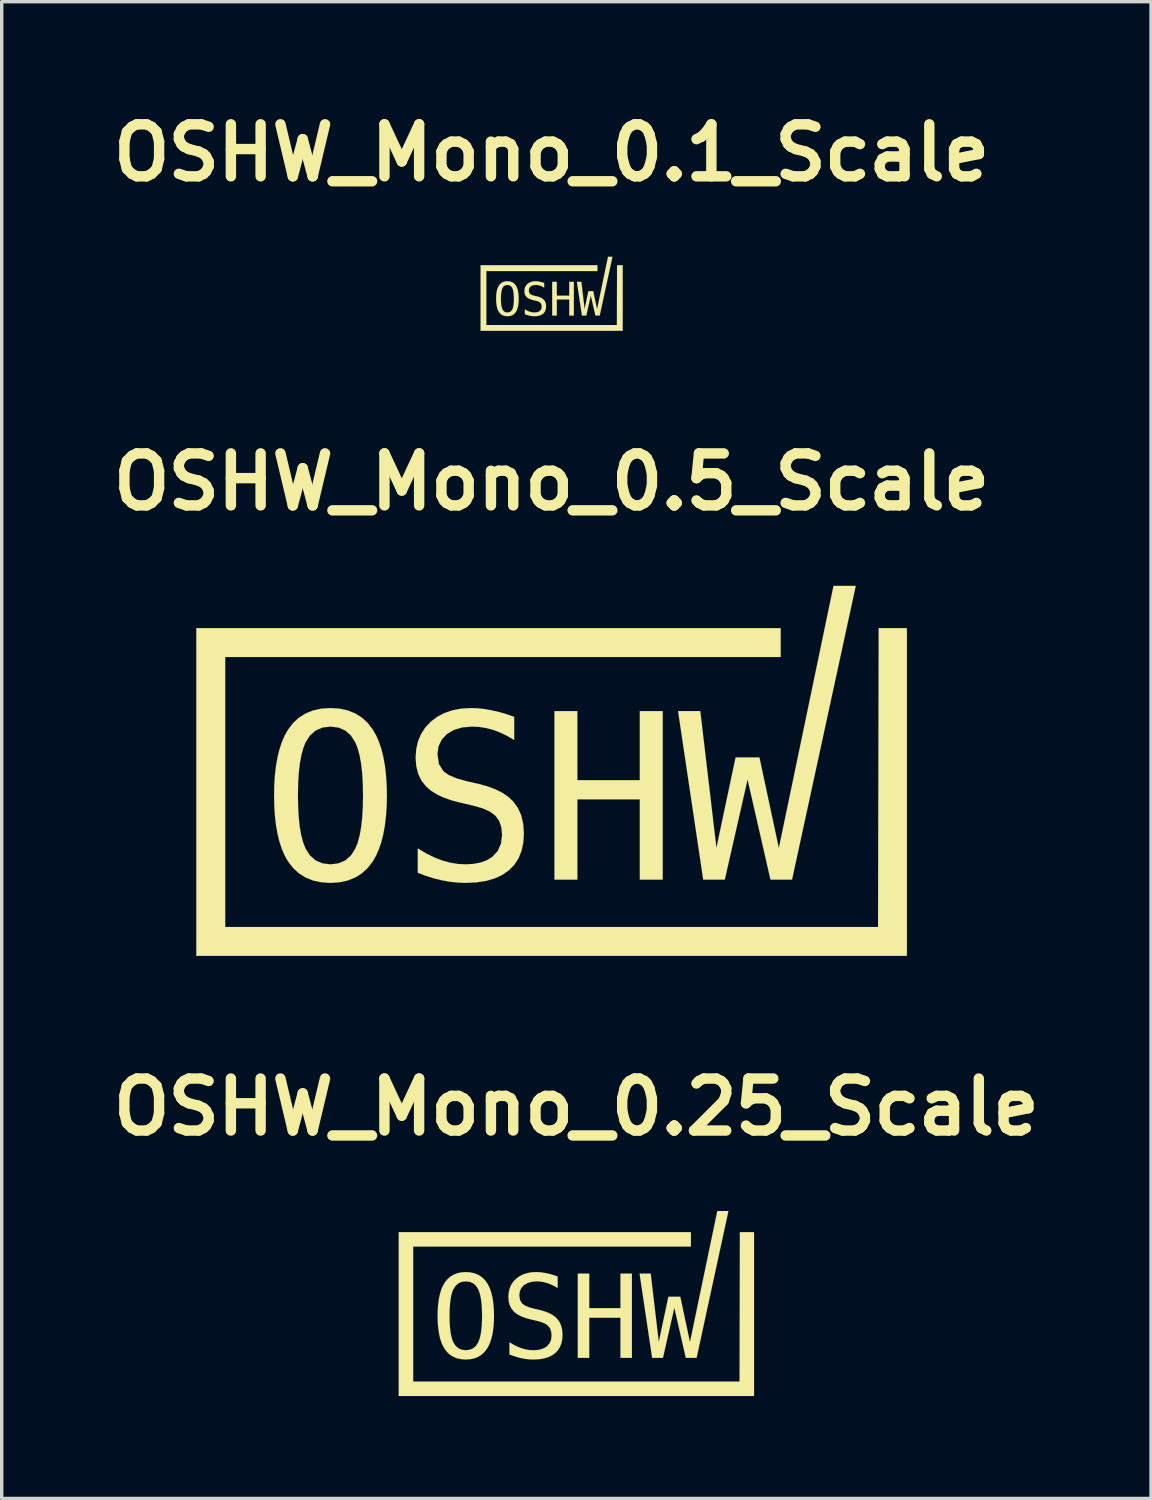
<source format=kicad_pcb>
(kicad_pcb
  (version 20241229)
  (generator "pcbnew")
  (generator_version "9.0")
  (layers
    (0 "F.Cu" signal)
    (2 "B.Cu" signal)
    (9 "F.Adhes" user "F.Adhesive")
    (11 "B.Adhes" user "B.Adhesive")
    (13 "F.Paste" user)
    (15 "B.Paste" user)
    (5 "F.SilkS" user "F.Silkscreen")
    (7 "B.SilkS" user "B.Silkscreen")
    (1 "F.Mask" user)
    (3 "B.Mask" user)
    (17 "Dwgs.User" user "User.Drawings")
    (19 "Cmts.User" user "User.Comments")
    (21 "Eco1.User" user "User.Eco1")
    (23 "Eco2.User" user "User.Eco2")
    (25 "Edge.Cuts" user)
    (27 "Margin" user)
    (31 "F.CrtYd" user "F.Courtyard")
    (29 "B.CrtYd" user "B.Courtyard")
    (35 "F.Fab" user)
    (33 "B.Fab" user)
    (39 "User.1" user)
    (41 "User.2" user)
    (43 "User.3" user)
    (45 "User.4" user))
  (footprint "OSHW_Mono_0.25_Scale"
    (layer "F.Cu")
    (at 13.839 35.146)
    (property "Reference" "OSHW_Mono_0.25_Scale" (at 0 -5.758 0) (layer "F.SilkS") (effects (font (size 1.524 1.524) (thickness 0.305))))
    (attr through_hole)
    (fp_poly (pts (xy 0.042 -0.876) (xy 0.377 -0.876) (xy 0.377 0.136) (xy 1.292 0.136) (xy 1.292 -0.876) (xy 1.627 -0.876) (xy 1.627 1.593) (xy 1.292 1.593) (xy 1.292 0.417) (xy 0.377 0.417) (xy 0.377 1.593) (xy 0.042 1.593) (xy 0.042 -0.876)) (stroke (width 0.003) (type solid)) (fill yes) (layer "F.SilkS"))
    (fp_poly (pts (xy 1.852 -0.876) (xy 2.178 -0.876) (xy 2.415 1.128) (xy 2.696 -0.198) (xy 3.045 -0.198) (xy 3.329 1.132) (xy 4.13 -2.71) (xy 4.456 -2.71) (xy 3.523 1.593) (xy 3.207 1.593) (xy 2.871 0.126) (xy 2.537 1.593) (xy 2.221 1.593) (xy 1.852 -0.876)) (stroke (width 0.003) (type solid)) (fill yes) (layer "F.SilkS"))
    (fp_poly (pts (xy -5.206 -2.092) (xy -5.206 -1.88) (xy -5.206 2.499) (xy -5.206 2.71) (xy -4.994 2.71) (xy 4.994 2.71) (xy 5.206 2.71) (xy 5.206 2.499) (xy 5.206 -2.092) (xy 4.791 -2.092) (xy 4.782 2.287) (xy -4.782 2.287) (xy -4.782 -1.668) (xy 3.356 -1.668) (xy 3.356 -2.092) (xy -4.994 -2.092) (xy -5.206 -2.092)) (stroke (width 0.003) (type solid)) (fill yes) (layer "F.SilkS"))
    (fp_poly (pts (xy -0.549 -0.792) (xy -0.549 -0.453) (xy -0.65 -0.512) (xy -0.752 -0.561) (xy -0.855 -0.6) (xy -0.956 -0.627) (xy -1.059 -0.644) (xy -1.162 -0.649) (xy -1.309 -0.637) (xy -1.433 -0.6) (xy -1.536 -0.539) (xy -1.612 -0.457) (xy -1.658 -0.359) (xy -1.673 -0.243) (xy -1.651 -0.098) (xy -1.584 0.007) (xy -1.506 0.061) (xy -1.394 0.109) (xy -1.247 0.151) (xy -1.071 0.191) (xy -0.94 0.227) (xy -0.824 0.27) (xy -0.722 0.321) (xy -0.636 0.38) (xy -0.565 0.445) (xy -0.496 0.54) (xy -0.446 0.65) (xy -0.416 0.776) (xy -0.407 0.918) (xy -0.415 1.052) (xy -0.441 1.173) (xy -0.485 1.281) (xy -0.546 1.375) (xy -0.625 1.456) (xy -0.72 1.522) (xy -0.831 1.574) (xy -0.958 1.611) (xy -1.101 1.634) (xy -1.26 1.641) (xy -1.376 1.637) (xy -1.492 1.624) (xy -1.609 1.603) (xy -1.726 1.574) (xy -1.843 1.537) (xy -1.961 1.492) (xy -1.961 1.137) (xy -1.837 1.21) (xy -1.717 1.269) (xy -1.602 1.313) (xy -1.488 1.345) (xy -1.374 1.363) (xy -1.26 1.37) (xy -1.14 1.363) (xy -1.035 1.342) (xy -0.944 1.306) (xy -0.866 1.257) (xy -0.788 1.171) (xy -0.741 1.065) (xy -0.726 0.94) (xy -0.737 0.826) (xy -0.769 0.732) (xy -0.823 0.657) (xy -0.903 0.597) (xy -1.015 0.547) (xy -1.159 0.507) (xy -1.338 0.465) (xy -1.468 0.431) (xy -1.583 0.39) (xy -1.682 0.343) (xy -1.767 0.29) (xy -1.837 0.23) (xy -1.905 0.145) (xy -1.954 0.046) (xy -1.983 -0.066) (xy -1.992 -0.191) (xy -1.983 -0.318) (xy -1.957 -0.435) (xy -1.913 -0.541) (xy -1.851 -0.636) (xy -1.771 -0.72) (xy -1.676 -0.793) (xy -1.569 -0.849) (xy -1.45 -0.889) (xy -1.32 -0.913) (xy -1.179 -0.921) (xy -1.082 -0.917) (xy -0.983 -0.906) (xy -0.879 -0.888) (xy -0.773 -0.863) (xy -0.663 -0.831) (xy -0.549 -0.792)) (stroke (width 0.003) (type solid)) (fill yes) (layer "F.SilkS"))
    (fp_poly (pts (xy -2.763 0.361) (xy -2.414 0.361) (xy -2.417 0.517) (xy -2.427 0.663) (xy -2.443 0.799) (xy -2.465 0.924) (xy -2.494 1.039) (xy -2.529 1.144) (xy -2.571 1.239) (xy -2.619 1.323) (xy -2.693 1.42) (xy -2.779 1.5) (xy -2.876 1.562) (xy -2.986 1.606) (xy -3.107 1.632) (xy -3.241 1.641) (xy -3.374 1.632) (xy -3.496 1.606) (xy -3.605 1.562) (xy -3.703 1.501) (xy -3.789 1.422) (xy -3.863 1.325) (xy -3.91 1.241) (xy -3.952 1.146) (xy -3.987 1.041) (xy -4.015 0.926) (xy -4.037 0.8) (xy -4.053 0.664) (xy -4.063 0.518) (xy -4.066 0.361) (xy -4.063 0.204) (xy -4.053 0.058) (xy -4.037 -0.078) (xy -4.015 -0.203) (xy -3.987 -0.319) (xy -3.952 -0.424) (xy -3.91 -0.519) (xy -3.863 -0.603) (xy -3.788 -0.7) (xy -3.702 -0.779) (xy -3.605 -0.841) (xy -3.495 -0.885) (xy -3.374 -0.912) (xy -3.241 -0.921) (xy -3.107 -0.912) (xy -2.986 -0.885) (xy -2.876 -0.841) (xy -2.779 -0.779) (xy -2.693 -0.7) (xy -2.619 -0.603) (xy -2.571 -0.519) (xy -2.529 -0.424) (xy -2.494 -0.319) (xy -2.465 -0.203) (xy -2.443 -0.078) (xy -2.427 0.058) (xy -2.417 0.204) (xy -2.414 0.361) (xy -2.763 0.361) (xy -2.766 0.188) (xy -2.775 0.033) (xy -2.791 -0.105) (xy -2.813 -0.226) (xy -2.841 -0.33) (xy -2.875 -0.416) (xy -2.94 -0.518) (xy -3.022 -0.591) (xy -3.123 -0.635) (xy -3.241 -0.649) (xy -3.359 -0.635) (xy -3.459 -0.591) (xy -3.541 -0.518) (xy -3.606 -0.416) (xy -3.64 -0.33) (xy -3.668 -0.226) (xy -3.689 -0.105) (xy -3.705 0.033) (xy -3.714 0.188) (xy -3.717 0.361) (xy -3.714 0.533) (xy -3.705 0.688) (xy -3.689 0.826) (xy -3.668 0.947) (xy -3.64 1.05) (xy -3.606 1.137) (xy -3.541 1.239) (xy -3.459 1.311) (xy -3.359 1.355) (xy -3.241 1.37) (xy -3.123 1.355) (xy -3.022 1.312) (xy -2.94 1.239) (xy -2.875 1.138) (xy -2.841 1.052) (xy -2.813 0.948) (xy -2.791 0.827) (xy -2.775 0.689) (xy -2.766 0.534) (xy -2.763 0.361)) (stroke (width 0.003) (type solid)) (fill yes) (layer "F.SilkS")))
  (footprint "OSHW_Mono_0.1_Scale"
    (layer "F.Cu")
    (at 13.114 5.559)
    (property "Reference" "OSHW_Mono_0.1_Scale" (at 0 -4.132 0) (layer "F.SilkS") (effects (font (size 1.524 1.524) (thickness 0.305))))
    (attr through_hole)
    (fp_poly (pts (xy 0.017 -0.35) (xy 0.151 -0.35) (xy 0.151 0.054) (xy 0.517 0.054) (xy 0.517 -0.35) (xy 0.651 -0.35) (xy 0.651 0.637) (xy 0.517 0.637) (xy 0.517 0.167) (xy 0.151 0.167) (xy 0.151 0.637) (xy 0.017 0.637) (xy 0.017 -0.35)) (stroke (width 0.003) (type solid)) (fill yes) (layer "F.SilkS"))
    (fp_poly (pts (xy 0.741 -0.35) (xy 0.871 -0.35) (xy 0.966 0.451) (xy 1.078 -0.079) (xy 1.218 -0.079) (xy 1.332 0.453) (xy 1.652 -1.084) (xy 1.782 -1.084) (xy 1.409 0.637) (xy 1.283 0.637) (xy 1.148 0.05) (xy 1.015 0.637) (xy 0.888 0.637) (xy 0.741 -0.35)) (stroke (width 0.003) (type solid)) (fill yes) (layer "F.SilkS"))
    (fp_poly (pts (xy -2.082 -0.837) (xy -2.082 -0.752) (xy -2.082 0.999) (xy -2.082 1.084) (xy -1.998 1.084) (xy 1.998 1.084) (xy 2.082 1.084) (xy 2.082 0.999) (xy 2.082 -0.837) (xy 1.917 -0.837) (xy 1.913 0.915) (xy -1.913 0.915) (xy -1.913 -0.667) (xy 1.342 -0.667) (xy 1.342 -0.837) (xy -1.998 -0.837) (xy -2.082 -0.837)) (stroke (width 0.003) (type solid)) (fill yes) (layer "F.SilkS"))
    (fp_poly (pts (xy -0.219 -0.317) (xy -0.219 -0.181) (xy -0.26 -0.205) (xy -0.301 -0.225) (xy -0.342 -0.24) (xy -0.383 -0.251) (xy -0.424 -0.258) (xy -0.465 -0.26) (xy -0.524 -0.255) (xy -0.573 -0.24) (xy -0.614 -0.215) (xy -0.645 -0.183) (xy -0.663 -0.143) (xy -0.669 -0.097) (xy -0.66 -0.039) (xy -0.634 0.003) (xy -0.602 0.025) (xy -0.557 0.044) (xy -0.499 0.06) (xy -0.429 0.076) (xy -0.376 0.091) (xy -0.329 0.108) (xy -0.289 0.128) (xy -0.255 0.152) (xy -0.226 0.178) (xy -0.198 0.216) (xy -0.178 0.26) (xy -0.167 0.311) (xy -0.163 0.367) (xy -0.166 0.421) (xy -0.177 0.469) (xy -0.194 0.512) (xy -0.218 0.55) (xy -0.25 0.582) (xy -0.288 0.609) (xy -0.332 0.63) (xy -0.383 0.645) (xy -0.44 0.653) (xy -0.504 0.656) (xy -0.55 0.655) (xy -0.597 0.65) (xy -0.643 0.641) (xy -0.69 0.63) (xy -0.737 0.615) (xy -0.784 0.597) (xy -0.784 0.455) (xy -0.735 0.484) (xy -0.687 0.508) (xy -0.641 0.525) (xy -0.595 0.538) (xy -0.55 0.545) (xy -0.504 0.548) (xy -0.456 0.545) (xy -0.414 0.537) (xy -0.377 0.523) (xy -0.346 0.503) (xy -0.315 0.469) (xy -0.297 0.426) (xy -0.29 0.376) (xy -0.295 0.33) (xy -0.308 0.293) (xy -0.329 0.263) (xy -0.361 0.239) (xy -0.406 0.219) (xy -0.464 0.203) (xy -0.535 0.186) (xy -0.587 0.172) (xy -0.633 0.156) (xy -0.673 0.137) (xy -0.707 0.116) (xy -0.735 0.092) (xy -0.762 0.058) (xy -0.781 0.019) (xy -0.793 -0.026) (xy -0.797 -0.077) (xy -0.793 -0.127) (xy -0.783 -0.174) (xy -0.765 -0.216) (xy -0.74 -0.254) (xy -0.708 -0.288) (xy -0.67 -0.317) (xy -0.628 -0.339) (xy -0.58 -0.355) (xy -0.528 -0.365) (xy -0.472 -0.368) (xy -0.433 -0.367) (xy -0.393 -0.362) (xy -0.352 -0.355) (xy -0.309 -0.345) (xy -0.265 -0.332) (xy -0.219 -0.317)) (stroke (width 0.003) (type solid)) (fill yes) (layer "F.SilkS"))
    (fp_poly (pts (xy -1.105 0.144) (xy -0.966 0.144) (xy -0.967 0.207) (xy -0.971 0.265) (xy -0.977 0.319) (xy -0.986 0.37) (xy -0.998 0.416) (xy -1.012 0.458) (xy -1.028 0.496) (xy -1.048 0.529) (xy -1.077 0.568) (xy -1.111 0.6) (xy -1.15 0.625) (xy -1.194 0.642) (xy -1.243 0.653) (xy -1.296 0.656) (xy -1.35 0.653) (xy -1.398 0.642) (xy -1.442 0.625) (xy -1.481 0.6) (xy -1.516 0.569) (xy -1.545 0.53) (xy -1.564 0.496) (xy -1.581 0.459) (xy -1.595 0.417) (xy -1.606 0.37) (xy -1.615 0.32) (xy -1.621 0.266) (xy -1.625 0.207) (xy -1.626 0.144) (xy -1.625 0.082) (xy -1.621 0.023) (xy -1.615 -0.031) (xy -1.606 -0.081) (xy -1.595 -0.127) (xy -1.581 -0.17) (xy -1.564 -0.207) (xy -1.545 -0.241) (xy -1.515 -0.28) (xy -1.481 -0.312) (xy -1.442 -0.336) (xy -1.398 -0.354) (xy -1.35 -0.365) (xy -1.296 -0.368) (xy -1.243 -0.365) (xy -1.194 -0.354) (xy -1.15 -0.336) (xy -1.111 -0.312) (xy -1.077 -0.28) (xy -1.048 -0.241) (xy -1.028 -0.207) (xy -1.012 -0.17) (xy -0.998 -0.127) (xy -0.986 -0.081) (xy -0.977 -0.031) (xy -0.971 0.023) (xy -0.967 0.082) (xy -0.966 0.144) (xy -1.105 0.144) (xy -1.106 0.075) (xy -1.11 0.013) (xy -1.116 -0.042) (xy -1.125 -0.09) (xy -1.136 -0.132) (xy -1.15 -0.166) (xy -1.176 -0.207) (xy -1.209 -0.236) (xy -1.249 -0.254) (xy -1.296 -0.26) (xy -1.343 -0.254) (xy -1.383 -0.236) (xy -1.417 -0.207) (xy -1.443 -0.166) (xy -1.456 -0.132) (xy -1.467 -0.09) (xy -1.476 -0.042) (xy -1.482 0.013) (xy -1.486 0.075) (xy -1.487 0.144) (xy -1.486 0.213) (xy -1.482 0.275) (xy -1.476 0.33) (xy -1.467 0.379) (xy -1.456 0.42) (xy -1.443 0.455) (xy -1.417 0.495) (xy -1.383 0.525) (xy -1.343 0.542) (xy -1.296 0.548) (xy -1.249 0.542) (xy -1.209 0.525) (xy -1.176 0.496) (xy -1.15 0.455) (xy -1.136 0.421) (xy -1.125 0.379) (xy -1.116 0.331) (xy -1.11 0.276) (xy -1.106 0.213) (xy -1.105 0.144)) (stroke (width 0.003) (type solid)) (fill yes) (layer "F.SilkS")))
  (footprint "OSHW_Mono_0.5_Scale"
    (layer "F.Cu")
    (at 13.114 19.539)
    (property "Reference" "OSHW_Mono_0.5_Scale" (at 0 -8.469 0) (layer "F.SilkS") (effects (font (size 1.524 1.524) (thickness 0.305))))
    (attr through_hole)
    (fp_poly (pts (xy 0.083 -1.752) (xy 0.755 -1.752) (xy 0.755 0.272) (xy 2.584 0.272) (xy 2.584 -1.752) (xy 3.255 -1.752) (xy 3.255 3.186) (xy 2.584 3.186) (xy 2.584 0.834) (xy 0.755 0.834) (xy 0.755 3.186) (xy 0.083 3.186) (xy 0.083 -1.752)) (stroke (width 0.003) (type solid)) (fill yes) (layer "F.SilkS"))
    (fp_poly (pts (xy 3.705 -1.752) (xy 4.356 -1.752) (xy 4.829 2.257) (xy 5.391 -0.396) (xy 6.089 -0.396) (xy 6.658 2.263) (xy 8.26 -5.421) (xy 8.912 -5.421) (xy 7.045 3.186) (xy 6.413 3.186) (xy 5.742 0.252) (xy 5.074 3.186) (xy 4.442 3.186) (xy 3.705 -1.752)) (stroke (width 0.003) (type solid)) (fill yes) (layer "F.SilkS"))
    (fp_poly (pts (xy -10.411 -4.184) (xy -10.411 -3.76) (xy -10.411 4.997) (xy -10.411 5.421) (xy -9.988 5.421) (xy 9.988 5.421) (xy 10.411 5.421) (xy 10.411 4.997) (xy 10.411 -4.184) (xy 9.583 -4.184) (xy 9.565 4.574) (xy -9.565 4.574) (xy -9.565 -3.337) (xy 6.712 -3.337) (xy 6.712 -4.184) (xy -9.988 -4.184) (xy -10.411 -4.184)) (stroke (width 0.003) (type solid)) (fill yes) (layer "F.SilkS"))
    (fp_poly (pts (xy -1.097 -1.583) (xy -1.097 -0.905) (xy -1.301 -1.025) (xy -1.505 -1.123) (xy -1.709 -1.2) (xy -1.913 -1.255) (xy -2.118 -1.288) (xy -2.324 -1.299) (xy -2.618 -1.274) (xy -2.867 -1.2) (xy -3.072 -1.077) (xy -3.224 -0.914) (xy -3.316 -0.717) (xy -3.346 -0.485) (xy -3.302 -0.197) (xy -3.168 0.014) (xy -3.012 0.123) (xy -2.787 0.219) (xy -2.493 0.302) (xy -2.143 0.381) (xy -1.88 0.454) (xy -1.647 0.541) (xy -1.445 0.642) (xy -1.273 0.759) (xy -1.131 0.891) (xy -0.992 1.08) (xy -0.892 1.301) (xy -0.833 1.553) (xy -0.813 1.837) (xy -0.83 2.105) (xy -0.883 2.347) (xy -0.97 2.562) (xy -1.092 2.75) (xy -1.25 2.911) (xy -1.44 3.045) (xy -1.662 3.148) (xy -1.916 3.223) (xy -2.202 3.267) (xy -2.52 3.282) (xy -2.751 3.273) (xy -2.984 3.248) (xy -3.217 3.206) (xy -3.452 3.149) (xy -3.686 3.075) (xy -3.922 2.984) (xy -3.922 2.273) (xy -3.673 2.42) (xy -3.434 2.538) (xy -3.204 2.627) (xy -2.977 2.689) (xy -2.749 2.727) (xy -2.52 2.739) (xy -2.281 2.725) (xy -2.07 2.683) (xy -1.887 2.613) (xy -1.732 2.515) (xy -1.576 2.343) (xy -1.483 2.131) (xy -1.451 1.88) (xy -1.473 1.652) (xy -1.538 1.464) (xy -1.646 1.314) (xy -1.806 1.194) (xy -2.03 1.094) (xy -2.318 1.013) (xy -2.675 0.93) (xy -2.935 0.862) (xy -3.165 0.781) (xy -3.365 0.687) (xy -3.534 0.58) (xy -3.674 0.461) (xy -3.81 0.29) (xy -3.907 0.093) (xy -3.965 -0.131) (xy -3.985 -0.383) (xy -3.967 -0.637) (xy -3.914 -0.869) (xy -3.825 -1.081) (xy -3.701 -1.272) (xy -3.542 -1.441) (xy -3.351 -1.585) (xy -3.138 -1.697) (xy -2.901 -1.777) (xy -2.641 -1.825) (xy -2.358 -1.841) (xy -2.165 -1.834) (xy -1.965 -1.812) (xy -1.759 -1.775) (xy -1.546 -1.726) (xy -1.325 -1.662) (xy -1.097 -1.583)) (stroke (width 0.003) (type solid)) (fill yes) (layer "F.SilkS"))
    (fp_poly (pts (xy -5.526 0.722) (xy -4.828 0.722) (xy -4.834 1.034) (xy -4.854 1.326) (xy -4.886 1.597) (xy -4.931 1.848) (xy -4.988 2.078) (xy -5.059 2.288) (xy -5.142 2.478) (xy -5.238 2.647) (xy -5.386 2.841) (xy -5.557 3) (xy -5.752 3.123) (xy -5.972 3.211) (xy -6.215 3.264) (xy -6.482 3.282) (xy -6.749 3.264) (xy -6.992 3.212) (xy -7.211 3.124) (xy -7.406 3.001) (xy -7.578 2.843) (xy -7.725 2.65) (xy -7.821 2.482) (xy -7.903 2.293) (xy -7.973 2.083) (xy -8.03 1.852) (xy -8.075 1.601) (xy -8.107 1.329) (xy -8.126 1.036) (xy -8.132 0.722) (xy -8.126 0.409) (xy -8.107 0.117) (xy -8.075 -0.155) (xy -8.03 -0.407) (xy -7.973 -0.637) (xy -7.903 -0.848) (xy -7.821 -1.037) (xy -7.725 -1.206) (xy -7.577 -1.4) (xy -7.405 -1.559) (xy -7.209 -1.682) (xy -6.99 -1.771) (xy -6.748 -1.824) (xy -6.482 -1.841) (xy -6.215 -1.824) (xy -5.972 -1.771) (xy -5.752 -1.682) (xy -5.557 -1.559) (xy -5.386 -1.4) (xy -5.238 -1.206) (xy -5.142 -1.037) (xy -5.059 -0.848) (xy -4.988 -0.637) (xy -4.931 -0.407) (xy -4.886 -0.155) (xy -4.854 0.117) (xy -4.834 0.409) (xy -4.828 0.722) (xy -5.526 0.722) (xy -5.532 0.377) (xy -5.551 0.066) (xy -5.582 -0.211) (xy -5.626 -0.452) (xy -5.682 -0.66) (xy -5.751 -0.832) (xy -5.88 -1.036) (xy -6.044 -1.182) (xy -6.245 -1.27) (xy -6.482 -1.299) (xy -6.717 -1.27) (xy -6.917 -1.182) (xy -7.083 -1.036) (xy -7.213 -0.832) (xy -7.28 -0.66) (xy -7.336 -0.452) (xy -7.379 -0.211) (xy -7.41 0.066) (xy -7.428 0.377) (xy -7.434 0.722) (xy -7.428 1.066) (xy -7.41 1.376) (xy -7.379 1.652) (xy -7.336 1.894) (xy -7.28 2.1) (xy -7.213 2.273) (xy -7.083 2.477) (xy -6.917 2.623) (xy -6.717 2.71) (xy -6.482 2.739) (xy -6.245 2.71) (xy -6.044 2.624) (xy -5.88 2.479) (xy -5.751 2.276) (xy -5.682 2.104) (xy -5.626 1.896) (xy -5.582 1.655) (xy -5.551 1.378) (xy -5.532 1.067) (xy -5.526 0.722)) (stroke (width 0.003) (type solid)) (fill yes) (layer "F.SilkS")))
  (gr_rect
    (start -3 -3)
    (end 30.679 40.858)
    (stroke (width 0.1) (type default))
    (fill no)
    (layer "Edge.Cuts")))
</source>
